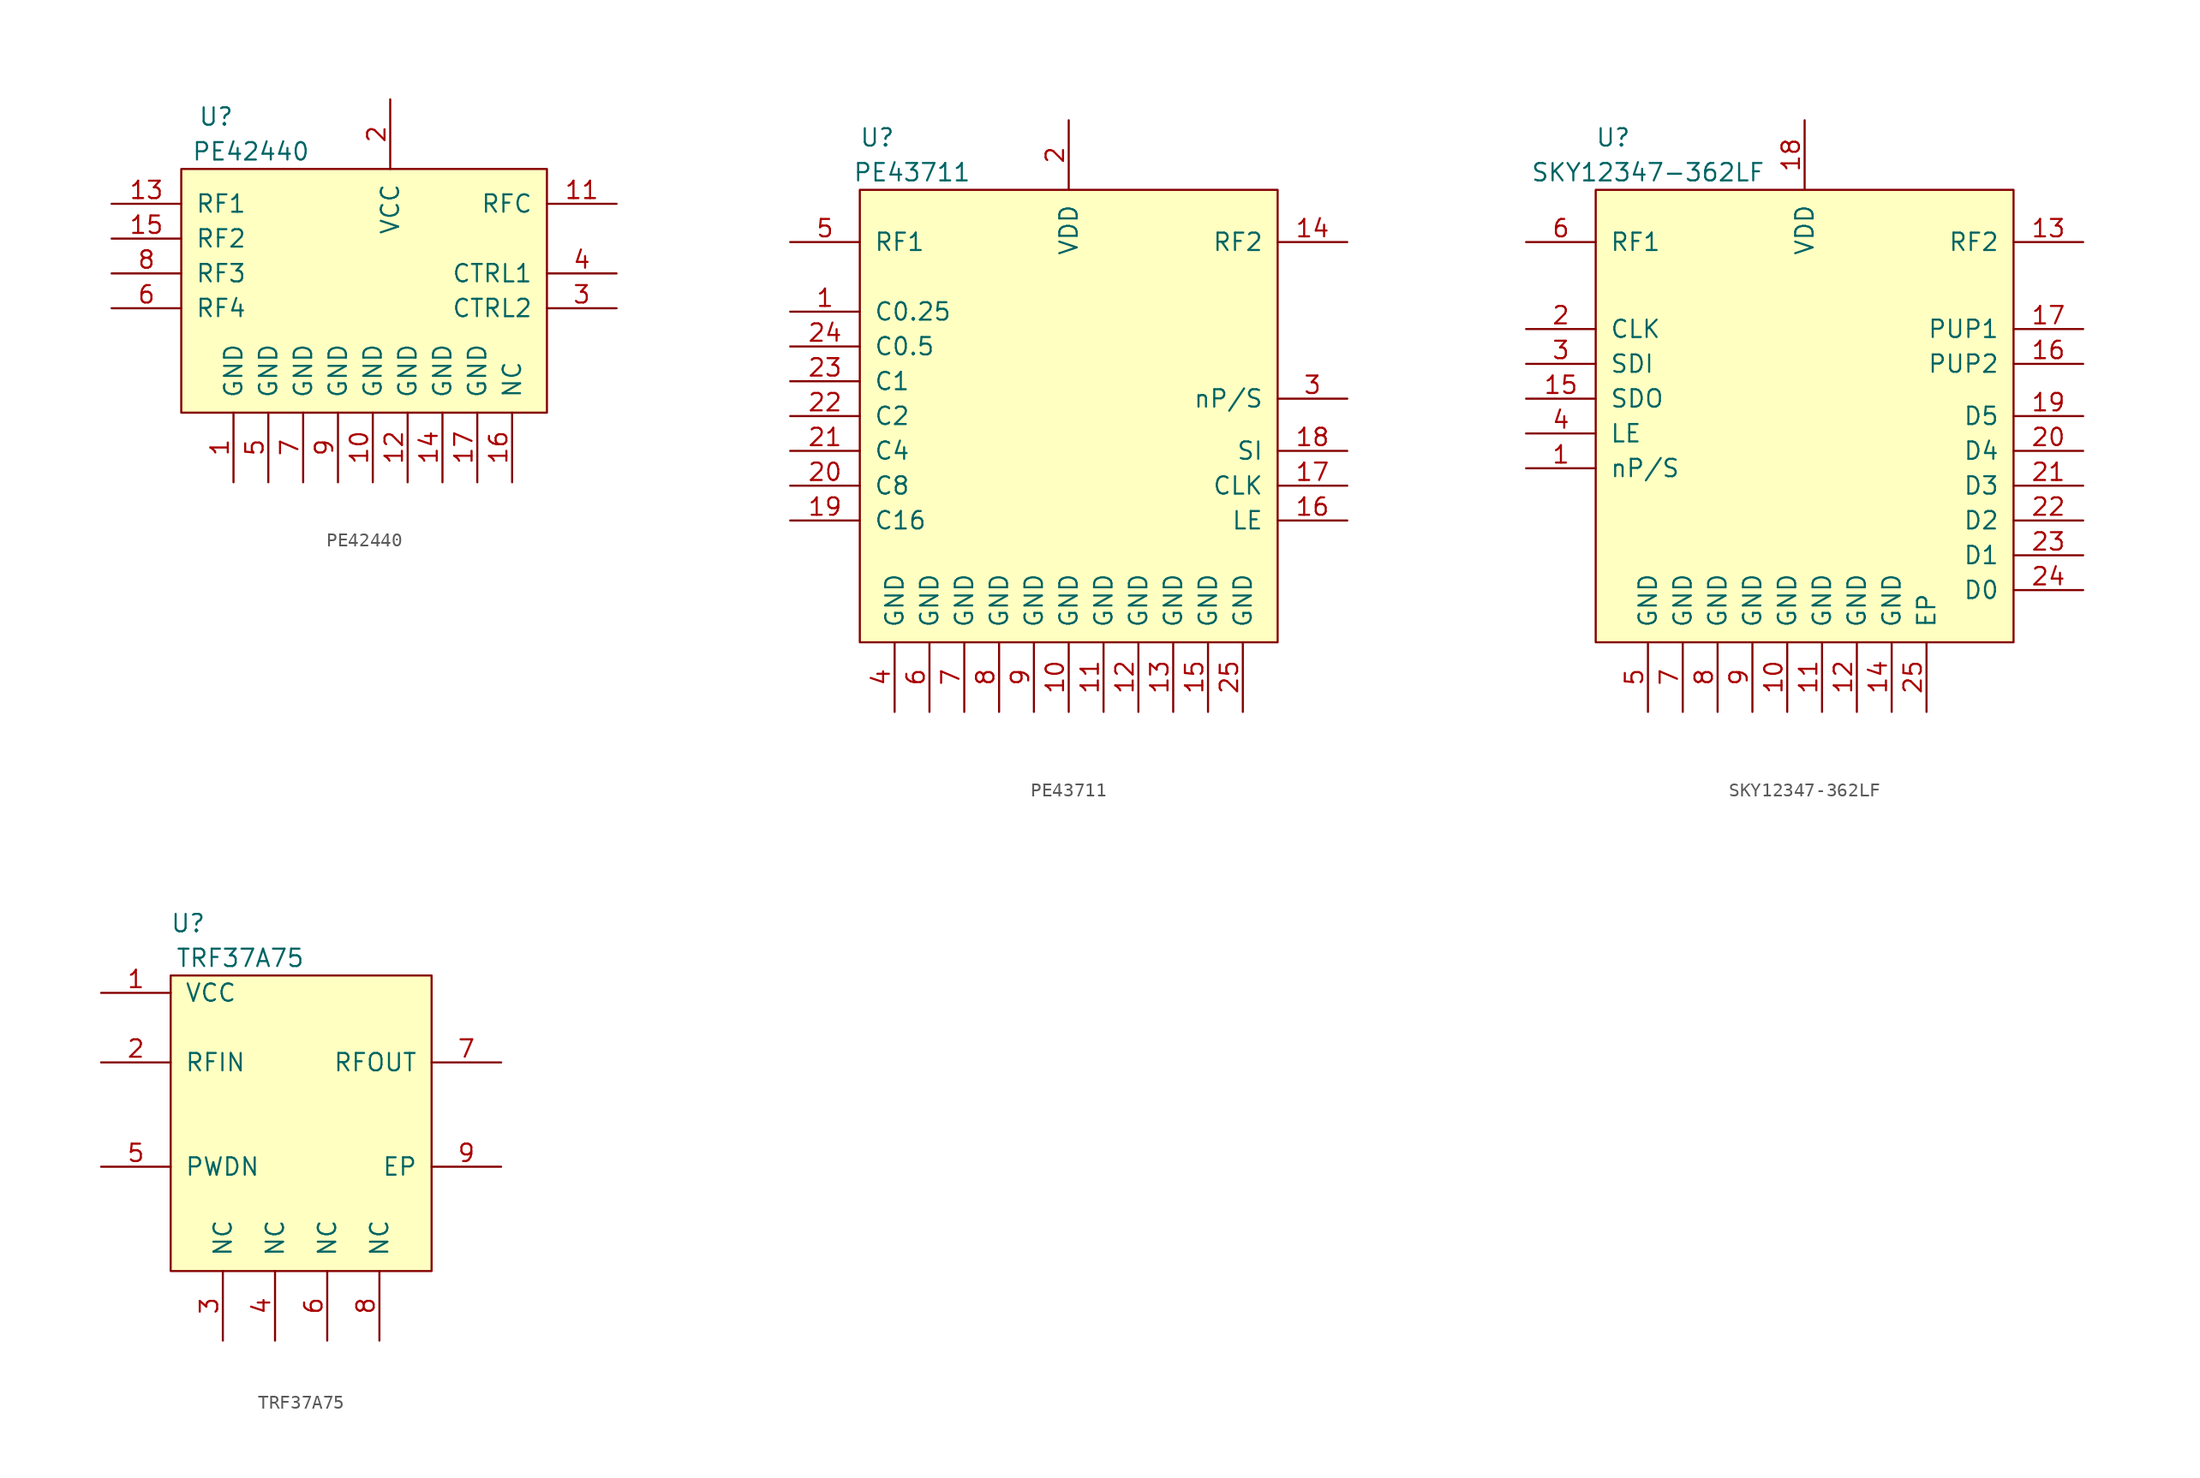
<source format=kicad_sym>
(kicad_symbol_lib
  (version 20201005)
  (generator kicad_symbol_editor)
  (symbol "PE42440"
    (pin_names
      (offset 1.016))
    (property "Reference" "U"
      (at -10.16 11.43 0)
      (effects (font (size 1.27 1.27))))
    (property "Value" "PE42440"
      (at -7.62 8.89 0)
      (effects (font (size 1.27 1.27))))
    (symbol "PE42440_0_1"
      (rectangle (start -12.7 7.62) (end 13.97 -10.16) (stroke (width 0)) (fill (type background))))
    (symbol "PE42440_1_1"
      (pin power_in line (at -8.89 -15.24 90) (length 5.08) (name "GND" (effects (font (size 1.27 1.27)))) (number "1" (effects (font (size 1.27 1.27)))))
      (pin power_in line (at 1.27 -15.24 90) (length 5.08) (name "GND" (effects (font (size 1.27 1.27)))) (number "10" (effects (font (size 1.27 1.27)))))
      (pin bidirectional line (at 19.05 5.08 180) (length 5.08) (name "RFC" (effects (font (size 1.27 1.27)))) (number "11" (effects (font (size 1.27 1.27)))))
      (pin power_in line (at 3.81 -15.24 90) (length 5.08) (name "GND" (effects (font (size 1.27 1.27)))) (number "12" (effects (font (size 1.27 1.27)))))
      (pin bidirectional line (at -17.78 5.08 0) (length 5.08) (name "RF1" (effects (font (size 1.27 1.27)))) (number "13" (effects (font (size 1.27 1.27)))))
      (pin power_in line (at 6.35 -15.24 90) (length 5.08) (name "GND" (effects (font (size 1.27 1.27)))) (number "14" (effects (font (size 1.27 1.27)))))
      (pin bidirectional line (at -17.78 2.54 0) (length 5.08) (name "RF2" (effects (font (size 1.27 1.27)))) (number "15" (effects (font (size 1.27 1.27)))))
      (pin bidirectional line (at 11.43 -15.24 90) (length 5.08) (name "NC" (effects (font (size 1.27 1.27)))) (number "16" (effects (font (size 1.27 1.27)))))
      (pin power_in line (at 8.89 -15.24 90) (length 5.08) (name "GND" (effects (font (size 1.27 1.27)))) (number "17" (effects (font (size 1.27 1.27)))))
      (pin power_in line (at 2.54 12.7 270) (length 5.08) (name "VCC" (effects (font (size 1.27 1.27)))) (number "2" (effects (font (size 1.27 1.27)))))
      (pin bidirectional line (at 19.05 -2.54 180) (length 5.08) (name "CTRL2" (effects (font (size 1.27 1.27)))) (number "3" (effects (font (size 1.27 1.27)))))
      (pin bidirectional line (at 19.05 0 180) (length 5.08) (name "CTRL1" (effects (font (size 1.27 1.27)))) (number "4" (effects (font (size 1.27 1.27)))))
      (pin power_in line (at -6.35 -15.24 90) (length 5.08) (name "GND" (effects (font (size 1.27 1.27)))) (number "5" (effects (font (size 1.27 1.27)))))
      (pin bidirectional line (at -17.78 -2.54 0) (length 5.08) (name "RF4" (effects (font (size 1.27 1.27)))) (number "6" (effects (font (size 1.27 1.27)))))
      (pin power_in line (at -3.81 -15.24 90) (length 5.08) (name "GND" (effects (font (size 1.27 1.27)))) (number "7" (effects (font (size 1.27 1.27)))))
      (pin bidirectional line (at -17.78 0 0) (length 5.08) (name "RF3" (effects (font (size 1.27 1.27)))) (number "8" (effects (font (size 1.27 1.27)))))
      (pin power_in line (at -1.27 -15.24 90) (length 5.08) (name "GND" (effects (font (size 1.27 1.27)))) (number "9" (effects (font (size 1.27 1.27)))))))
  (symbol "PE43711"
    (pin_names
      (offset 1.016))
    (property "Reference" "U"
      (at -13.97 19.05 0)
      (effects (font (size 1.27 1.27))))
    (property "Value" "PE43711"
      (at -11.43 16.51 0)
      (effects (font (size 1.27 1.27))))
    (symbol "PE43711_0_0"
      (pin bidirectional line (at -20.32 6.35 0) (length 5.08) (name "C0.25" (effects (font (size 1.27 1.27)))) (number "1" (effects (font (size 1.27 1.27)))))
      (pin power_in line (at 0 -22.86 90) (length 5.08) (name "GND" (effects (font (size 1.27 1.27)))) (number "10" (effects (font (size 1.27 1.27)))))
      (pin power_in line (at 0 20.32 270) (length 5.08) (name "VDD" (effects (font (size 1.27 1.27)))) (number "2" (effects (font (size 1.27 1.27)))))
      (pin bidirectional line (at 20.32 0 180) (length 5.08) (name "nP/S" (effects (font (size 1.27 1.27)))) (number "3" (effects (font (size 1.27 1.27)))))
      (pin power_in line (at -5.08 -22.86 90) (length 5.08) (name "GND" (effects (font (size 1.27 1.27)))) (number "8" (effects (font (size 1.27 1.27)))))
      (pin power_in line (at -2.54 -22.86 90) (length 5.08) (name "GND" (effects (font (size 1.27 1.27)))) (number "9" (effects (font (size 1.27 1.27))))))
    (symbol "PE43711_0_1"
      (rectangle (start -15.24 15.24) (end 15.24 -17.78) (stroke (width 0)) (fill (type background))))
    (symbol "PE43711_1_0"
      (pin power_in line (at 2.54 -22.86 90) (length 5.08) (name "GND" (effects (font (size 1.27 1.27)))) (number "11" (effects (font (size 1.27 1.27)))))
      (pin power_in line (at 5.08 -22.86 90) (length 5.08) (name "GND" (effects (font (size 1.27 1.27)))) (number "12" (effects (font (size 1.27 1.27)))))
      (pin power_in line (at 7.62 -22.86 90) (length 5.08) (name "GND" (effects (font (size 1.27 1.27)))) (number "13" (effects (font (size 1.27 1.27)))))
      (pin bidirectional line (at 20.32 11.43 180) (length 5.08) (name "RF2" (effects (font (size 1.27 1.27)))) (number "14" (effects (font (size 1.27 1.27)))))
      (pin power_in line (at 10.16 -22.86 90) (length 5.08) (name "GND" (effects (font (size 1.27 1.27)))) (number "15" (effects (font (size 1.27 1.27)))))
      (pin bidirectional line (at 20.32 -8.89 180) (length 5.08) (name "LE" (effects (font (size 1.27 1.27)))) (number "16" (effects (font (size 1.27 1.27)))))
      (pin bidirectional line (at 20.32 -6.35 180) (length 5.08) (name "CLK" (effects (font (size 1.27 1.27)))) (number "17" (effects (font (size 1.27 1.27)))))
      (pin bidirectional line (at 20.32 -3.81 180) (length 5.08) (name "SI" (effects (font (size 1.27 1.27)))) (number "18" (effects (font (size 1.27 1.27)))))
      (pin bidirectional line (at -20.32 -8.89 0) (length 5.08) (name "C16" (effects (font (size 1.27 1.27)))) (number "19" (effects (font (size 1.27 1.27)))))
      (pin bidirectional line (at -20.32 -6.35 0) (length 5.08) (name "C8" (effects (font (size 1.27 1.27)))) (number "20" (effects (font (size 1.27 1.27)))))
      (pin bidirectional line (at -20.32 -3.81 0) (length 5.08) (name "C4" (effects (font (size 1.27 1.27)))) (number "21" (effects (font (size 1.27 1.27)))))
      (pin bidirectional line (at -20.32 -1.27 0) (length 5.08) (name "C2" (effects (font (size 1.27 1.27)))) (number "22" (effects (font (size 1.27 1.27)))))
      (pin bidirectional line (at -20.32 1.27 0) (length 5.08) (name "C1" (effects (font (size 1.27 1.27)))) (number "23" (effects (font (size 1.27 1.27)))))
      (pin bidirectional line (at -20.32 3.81 0) (length 5.08) (name "C0.5" (effects (font (size 1.27 1.27)))) (number "24" (effects (font (size 1.27 1.27)))))
      (pin power_in line (at 12.7 -22.86 90) (length 5.08) (name "GND" (effects (font (size 1.27 1.27)))) (number "25" (effects (font (size 1.27 1.27)))))
      (pin power_in line (at -12.7 -22.86 90) (length 5.08) (name "GND" (effects (font (size 1.27 1.27)))) (number "4" (effects (font (size 1.27 1.27)))))
      (pin bidirectional line (at -20.32 11.43 0) (length 5.08) (name "RF1" (effects (font (size 1.27 1.27)))) (number "5" (effects (font (size 1.27 1.27)))))
      (pin power_in line (at -10.16 -22.86 90) (length 5.08) (name "GND" (effects (font (size 1.27 1.27)))) (number "6" (effects (font (size 1.27 1.27)))))
      (pin power_in line (at -7.62 -22.86 90) (length 5.08) (name "GND" (effects (font (size 1.27 1.27)))) (number "7" (effects (font (size 1.27 1.27)))))))
  (symbol "SKY12347-362LF"
    (pin_names
      (offset 1.016))
    (property "Reference" "U"
      (at -13.97 19.05 0)
      (effects (font (size 1.27 1.27))))
    (property "Value" "SKY12347-362LF"
      (at -11.43 16.51 0)
      (effects (font (size 1.27 1.27))))
    (symbol "SKY12347-362LF_0_0"
      (pin bidirectional line (at -20.32 -5.08 0) (length 5.08) (name "nP/S" (effects (font (size 1.27 1.27)))) (number "1" (effects (font (size 1.27 1.27)))))
      (pin power_in line (at -1.27 -22.86 90) (length 5.08) (name "GND" (effects (font (size 1.27 1.27)))) (number "10" (effects (font (size 1.27 1.27)))))
      (pin power_in line (at 0 20.32 270) (length 5.08) (name "VDD" (effects (font (size 1.27 1.27)))) (number "18" (effects (font (size 1.27 1.27)))))
      (pin power_in line (at -6.35 -22.86 90) (length 5.08) (name "GND" (effects (font (size 1.27 1.27)))) (number "8" (effects (font (size 1.27 1.27)))))
      (pin power_in line (at -3.81 -22.86 90) (length 5.08) (name "GND" (effects (font (size 1.27 1.27)))) (number "9" (effects (font (size 1.27 1.27))))))
    (symbol "SKY12347-362LF_0_1"
      (rectangle (start -15.24 15.24) (end 15.24 -17.78) (stroke (width 0)) (fill (type background))))
    (symbol "SKY12347-362LF_1_0"
      (pin power_in line (at 1.27 -22.86 90) (length 5.08) (name "GND" (effects (font (size 1.27 1.27)))) (number "11" (effects (font (size 1.27 1.27)))))
      (pin power_in line (at 3.81 -22.86 90) (length 5.08) (name "GND" (effects (font (size 1.27 1.27)))) (number "12" (effects (font (size 1.27 1.27)))))
      (pin bidirectional line (at 20.32 11.43 180) (length 5.08) (name "RF2" (effects (font (size 1.27 1.27)))) (number "13" (effects (font (size 1.27 1.27)))))
      (pin power_in line (at 6.35 -22.86 90) (length 5.08) (name "GND" (effects (font (size 1.27 1.27)))) (number "14" (effects (font (size 1.27 1.27)))))
      (pin bidirectional line (at -20.32 0 0) (length 5.08) (name "SDO" (effects (font (size 1.27 1.27)))) (number "15" (effects (font (size 1.27 1.27)))))
      (pin power_in line (at 20.32 5.08 180) (length 5.08) (name "PUP1" (effects (font (size 1.27 1.27)))) (number "17" (effects (font (size 1.27 1.27)))))
      (pin bidirectional line (at 20.32 -1.27 180) (length 5.08) (name "D5" (effects (font (size 1.27 1.27)))) (number "19" (effects (font (size 1.27 1.27)))))
      (pin bidirectional line (at -20.32 5.08 0) (length 5.08) (name "CLK" (effects (font (size 1.27 1.27)))) (number "2" (effects (font (size 1.27 1.27)))))
      (pin bidirectional line (at 20.32 -3.81 180) (length 5.08) (name "D4" (effects (font (size 1.27 1.27)))) (number "20" (effects (font (size 1.27 1.27)))))
      (pin bidirectional line (at 20.32 -6.35 180) (length 5.08) (name "D3" (effects (font (size 1.27 1.27)))) (number "21" (effects (font (size 1.27 1.27)))))
      (pin bidirectional line (at 20.32 -8.89 180) (length 5.08) (name "D2" (effects (font (size 1.27 1.27)))) (number "22" (effects (font (size 1.27 1.27)))))
      (pin bidirectional line (at 20.32 -11.43 180) (length 5.08) (name "D1" (effects (font (size 1.27 1.27)))) (number "23" (effects (font (size 1.27 1.27)))))
      (pin bidirectional line (at 20.32 -13.97 180) (length 5.08) (name "D0" (effects (font (size 1.27 1.27)))) (number "24" (effects (font (size 1.27 1.27)))))
      (pin bidirectional line (at -20.32 2.54 0) (length 5.08) (name "SDI" (effects (font (size 1.27 1.27)))) (number "3" (effects (font (size 1.27 1.27)))))
      (pin bidirectional line (at -20.32 -2.54 0) (length 5.08) (name "LE" (effects (font (size 1.27 1.27)))) (number "4" (effects (font (size 1.27 1.27)))))
      (pin power_in line (at -11.43 -22.86 90) (length 5.08) (name "GND" (effects (font (size 1.27 1.27)))) (number "5" (effects (font (size 1.27 1.27)))))
      (pin bidirectional line (at -20.32 11.43 0) (length 5.08) (name "RF1" (effects (font (size 1.27 1.27)))) (number "6" (effects (font (size 1.27 1.27)))))
      (pin power_in line (at -8.89 -22.86 90) (length 5.08) (name "GND" (effects (font (size 1.27 1.27)))) (number "7" (effects (font (size 1.27 1.27))))))
    (symbol "SKY12347-362LF_1_1"
      (pin power_in line (at 20.32 2.54 180) (length 5.08) (name "PUP2" (effects (font (size 1.27 1.27)))) (number "16" (effects (font (size 1.27 1.27)))))
      (pin power_in line (at 8.89 -22.86 90) (length 5.08) (name "EP" (effects (font (size 1.27 1.27)))) (number "25" (effects (font (size 1.27 1.27)))))))
  (symbol "TRF37A75"
    (pin_names
      (offset 1.016))
    (property "Reference" "U"
      (at -7.62 13.97 0)
      (effects (font (size 1.27 1.27))))
    (property "Value" "TRF37A75"
      (at -3.81 11.43 0)
      (effects (font (size 1.27 1.27))))
    (symbol "TRF37A75_0_1"
      (rectangle (start -8.89 10.16) (end 10.16 -11.43) (stroke (width 0)) (fill (type background))))
    (symbol "TRF37A75_1_1"
      (pin power_in line (at -13.97 8.89 0) (length 5.08) (name "VCC" (effects (font (size 1.27 1.27)))) (number "1" (effects (font (size 1.27 1.27)))))
      (pin bidirectional line (at -13.97 3.81 0) (length 5.08) (name "RFIN" (effects (font (size 1.27 1.27)))) (number "2" (effects (font (size 1.27 1.27)))))
      (pin power_in line (at -5.08 -16.51 90) (length 5.08) (name "NC" (effects (font (size 1.27 1.27)))) (number "3" (effects (font (size 1.27 1.27)))))
      (pin power_in line (at -1.27 -16.51 90) (length 5.08) (name "NC" (effects (font (size 1.27 1.27)))) (number "4" (effects (font (size 1.27 1.27)))))
      (pin bidirectional line (at -13.97 -3.81 0) (length 5.08) (name "PWDN" (effects (font (size 1.27 1.27)))) (number "5" (effects (font (size 1.27 1.27)))))
      (pin power_in line (at 2.54 -16.51 90) (length 5.08) (name "NC" (effects (font (size 1.27 1.27)))) (number "6" (effects (font (size 1.27 1.27)))))
      (pin bidirectional line (at 15.24 3.81 180) (length 5.08) (name "RFOUT" (effects (font (size 1.27 1.27)))) (number "7" (effects (font (size 1.27 1.27)))))
      (pin power_in line (at 6.35 -16.51 90) (length 5.08) (name "NC" (effects (font (size 1.27 1.27)))) (number "8" (effects (font (size 1.27 1.27)))))
      (pin power_in line (at 15.24 -3.81 180) (length 5.08) (name "EP" (effects (font (size 1.27 1.27)))) (number "9" (effects (font (size 1.27 1.27))))))))
</source>
